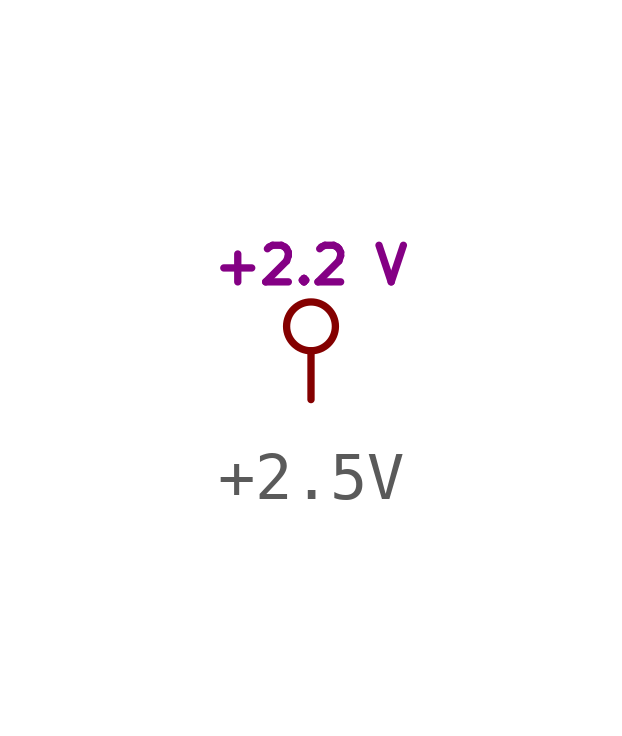
<source format=kicad_sym>
(kicad_symbol_lib
  (version 20211014)
  (generator kicad_symbol_editor)
  (symbol "+2.5V"
    (power)
    (pin_numbers hide)
    (pin_names
      (offset 0))
    (property "Reference" "#PWR"
      (at 0 3.556 0)
      (effects (font (size 0.508 0.508)) hide))
    (property "Footprint" ""
      (at 0 0 0)
      (effects (font (size 1.524 1.524))))
    (property "Datasheet" ""
      (at 0 3.556 0)
      (effects (font (size 1.524 1.524))))
    (property "Unit" "+2.2 V"
      (at 0 2.794 0)
      (effects (font (size 0.762 0.762))))
    (symbol "+2.5V_0_0"
      (polyline (pts (xy 0 0) (xy 0 1.016) (xy 0 1.016)) (stroke (width 0) (type default) (color 0 0 0 0)) (fill (type none)))
      (pin power_in line (at 0 0 90) (length 0) hide (name "+2.5V" (effects (font (size 0.635 0.635)))) (number "1" (effects (font (size 0.635 0.635))))))
    (symbol "+2.5V_0_1"
      (circle (center 0 1.524) (radius 0.508) (stroke (width 0) (type default) (color 0 0 0 0)) (fill (type none))))))
</source>
